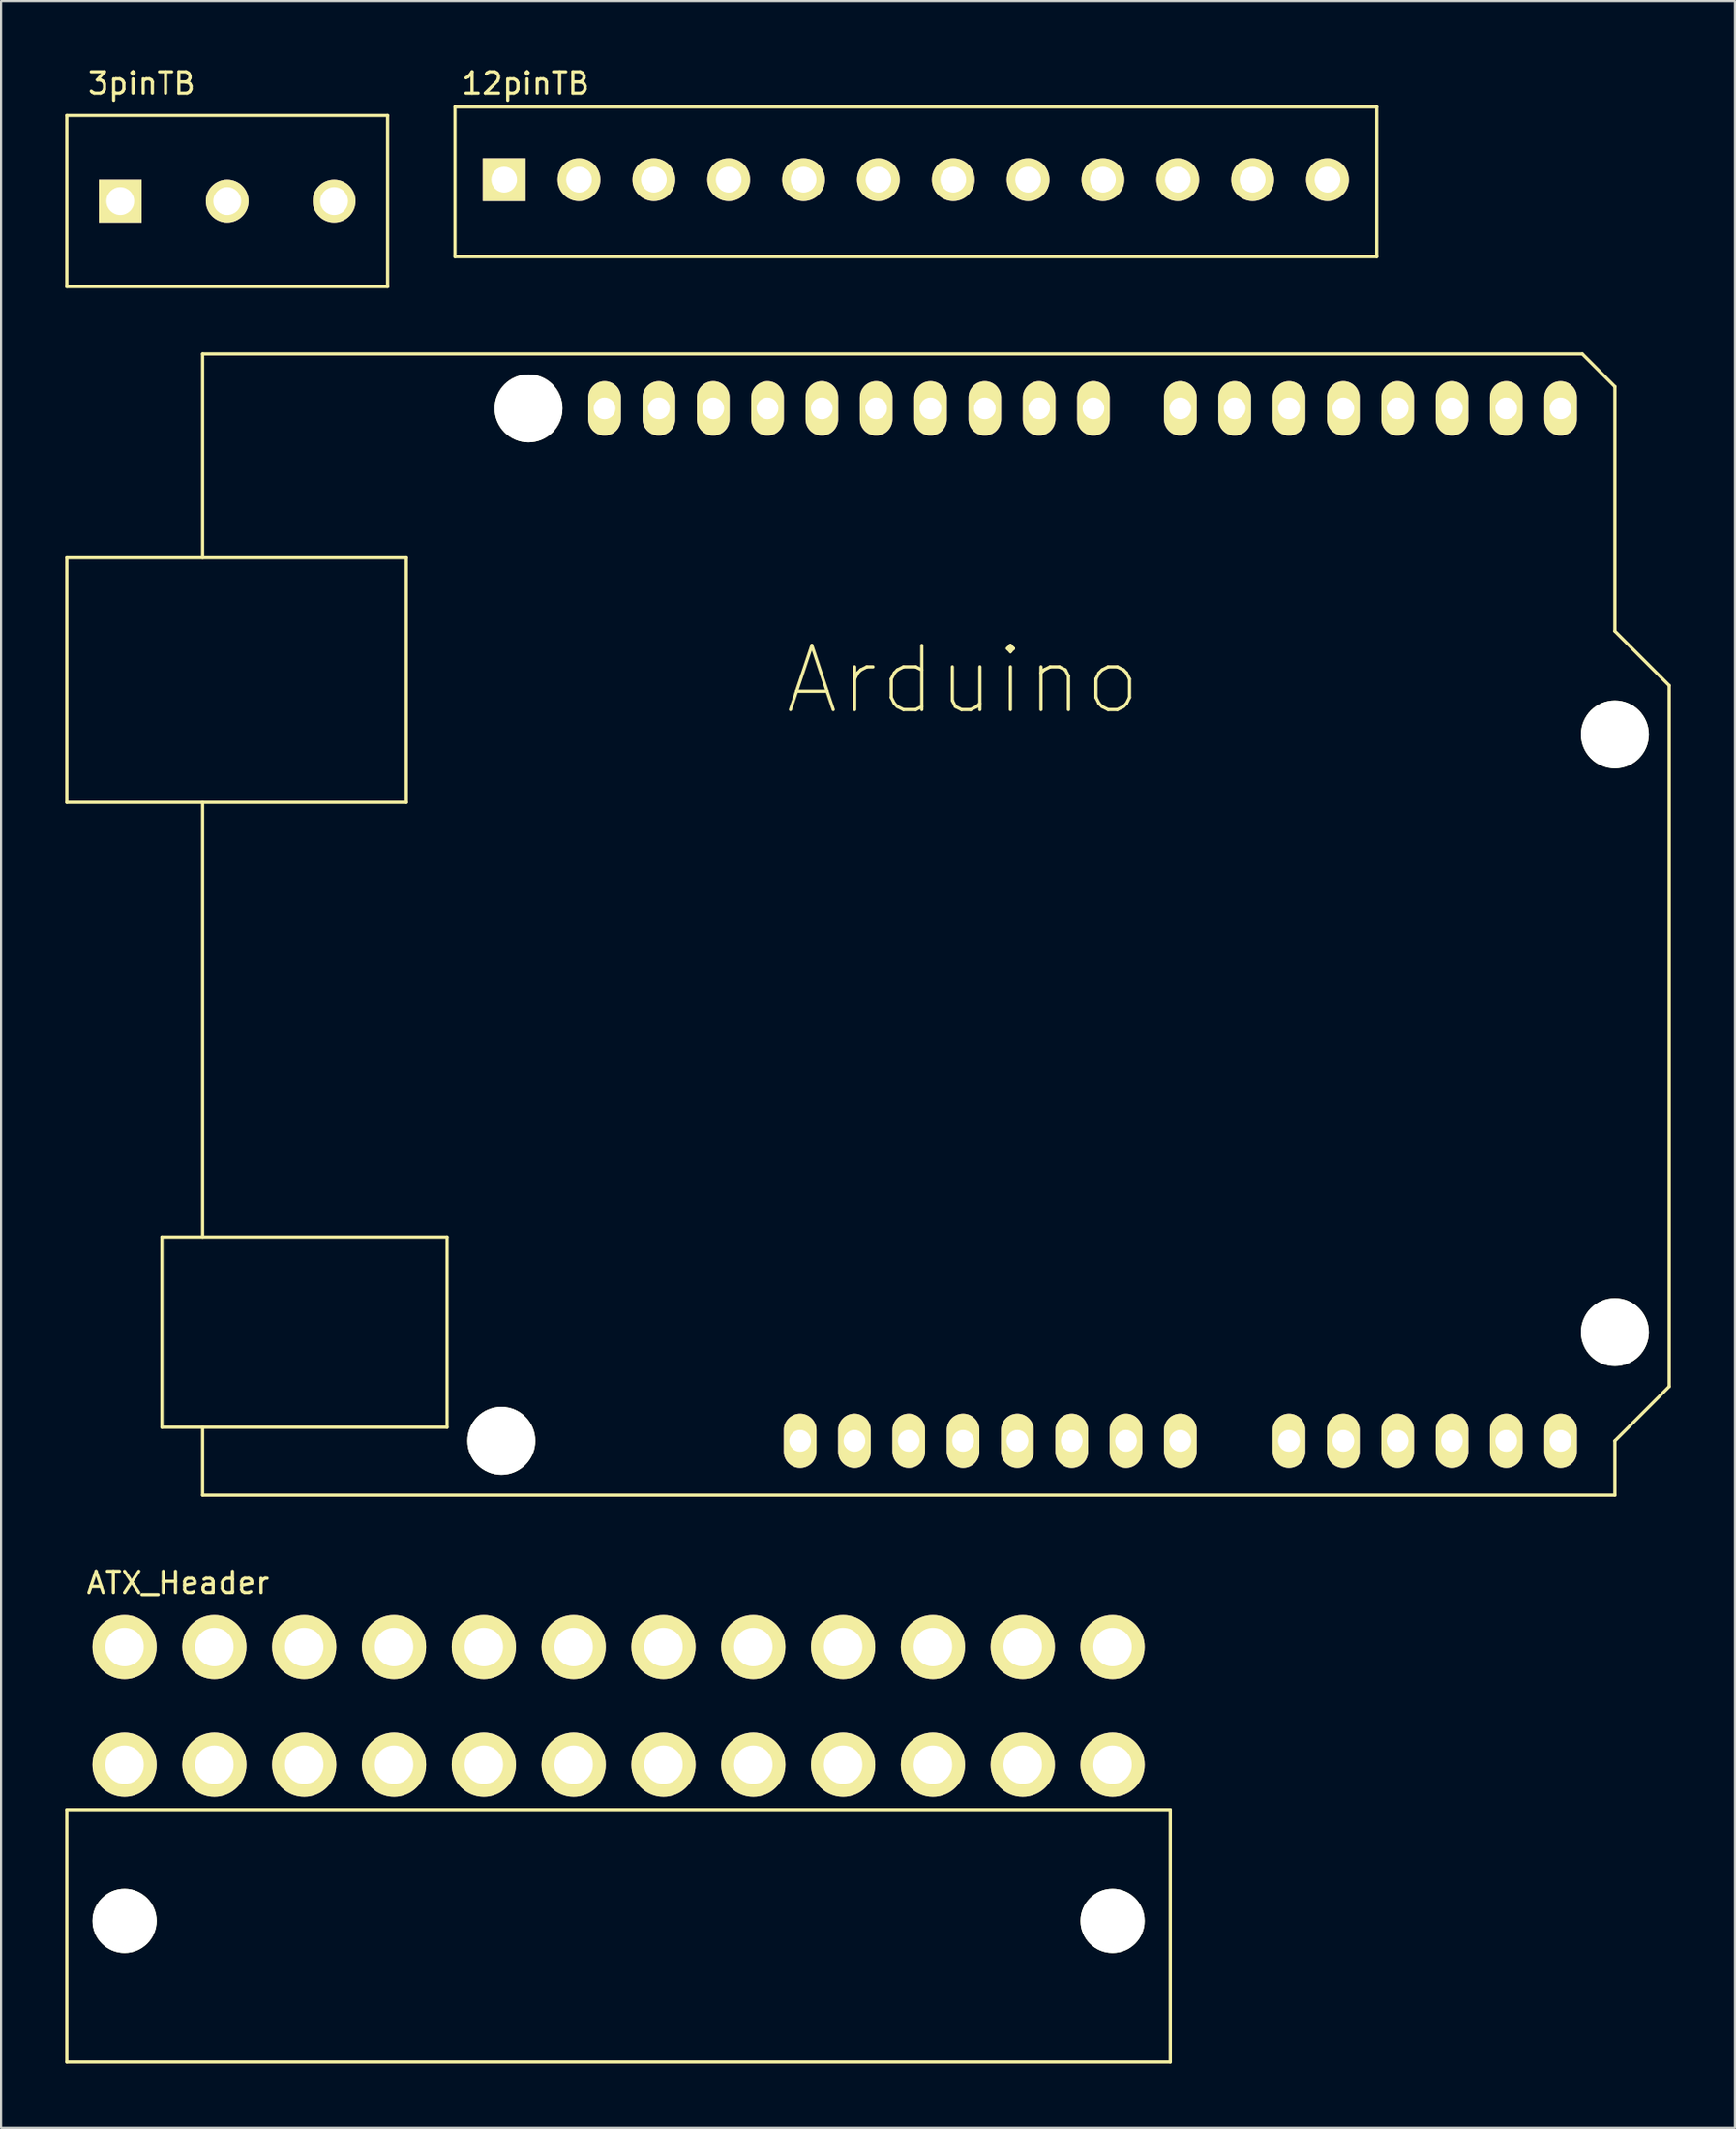
<source format=kicad_pcb>
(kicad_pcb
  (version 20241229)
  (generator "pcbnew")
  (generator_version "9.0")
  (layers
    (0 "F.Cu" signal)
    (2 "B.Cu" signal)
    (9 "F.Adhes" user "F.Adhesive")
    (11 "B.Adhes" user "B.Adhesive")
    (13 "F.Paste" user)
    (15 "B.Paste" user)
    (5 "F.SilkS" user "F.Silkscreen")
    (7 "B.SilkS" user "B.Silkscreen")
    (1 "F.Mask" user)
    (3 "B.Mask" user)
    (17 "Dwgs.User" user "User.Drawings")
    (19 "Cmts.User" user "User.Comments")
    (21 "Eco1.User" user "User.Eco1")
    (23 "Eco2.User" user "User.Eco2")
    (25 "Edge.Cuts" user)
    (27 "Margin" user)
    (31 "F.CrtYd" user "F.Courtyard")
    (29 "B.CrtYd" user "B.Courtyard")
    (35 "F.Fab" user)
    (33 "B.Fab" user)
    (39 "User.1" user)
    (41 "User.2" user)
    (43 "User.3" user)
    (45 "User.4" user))
  (footprint "ATX_Header"
    (layer "F.Cu")
    (at 2.775 86.737)
    (property "Reference" "ATX_Header" (at 2.5 -15.8 0) (layer "F.SilkS") (effects (font (size 1 1) (thickness 0.15))))
    (attr through_hole)
    (fp_line (start -2.7 -5.2) (end -2.7 6.6) (stroke (width 0.15) (type solid)) (layer "F.SilkS"))
    (fp_line (start -2.7 6.6) (end 48.9 6.6) (stroke (width 0.15) (type solid)) (layer "F.SilkS"))
    (fp_line (start 48.9 -5.2) (end -2.7 -5.2) (stroke (width 0.15) (type solid)) (layer "F.SilkS"))
    (fp_line (start 48.9 6.6) (end 48.9 -5.2) (stroke (width 0.15) (type solid)) (layer "F.SilkS"))
    (pad "" np_thru_hole circle (at 0 0) (size 3 3) (drill 3) (layers "*.Cu" "*.Mask" "F.SilkS"))
    (pad "" np_thru_hole circle (at 46.2 0) (size 3 3) (drill 3) (layers "*.Cu" "*.Mask" "F.SilkS"))
    (pad "1" thru_hole circle (at 46.2 -7.3) (size 3 3) (drill 1.8) (layers "*.Cu" "*.Mask" "F.SilkS"))
    (pad "2" thru_hole circle (at 42 -7.3) (size 3 3) (drill 1.8) (layers "*.Cu" "*.Mask" "F.SilkS"))
    (pad "3" thru_hole circle (at 37.8 -7.3) (size 3 3) (drill 1.8) (layers "*.Cu" "*.Mask" "F.SilkS"))
    (pad "4" thru_hole circle (at 33.6 -7.3) (size 3 3) (drill 1.8) (layers "*.Cu" "*.Mask" "F.SilkS"))
    (pad "5" thru_hole circle (at 29.4 -7.3) (size 3 3) (drill 1.8) (layers "*.Cu" "*.Mask" "F.SilkS"))
    (pad "6" thru_hole circle (at 25.2 -7.3) (size 3 3) (drill 1.8) (layers "*.Cu" "*.Mask" "F.SilkS"))
    (pad "7" thru_hole circle (at 21 -7.3) (size 3 3) (drill 1.8) (layers "*.Cu" "*.Mask" "F.SilkS"))
    (pad "8" thru_hole circle (at 16.8 -7.3) (size 3 3) (drill 1.8) (layers "*.Cu" "*.Mask" "F.SilkS"))
    (pad "9" thru_hole circle (at 12.6 -7.3) (size 3 3) (drill 1.8) (layers "*.Cu" "*.Mask" "F.SilkS"))
    (pad "10" thru_hole circle (at 8.4 -7.3) (size 3 3) (drill 1.8) (layers "*.Cu" "*.Mask" "F.SilkS"))
    (pad "11" thru_hole circle (at 4.2 -7.3) (size 3 3) (drill 1.8) (layers "*.Cu" "*.Mask" "F.SilkS"))
    (pad "12" thru_hole circle (at 0 -7.3) (size 3 3) (drill 1.8) (layers "*.Cu" "*.Mask" "F.SilkS"))
    (pad "13" thru_hole circle (at 46.2 -12.8) (size 3 3) (drill 1.8) (layers "*.Cu" "*.Mask" "F.SilkS"))
    (pad "14" thru_hole circle (at 42 -12.8) (size 3 3) (drill 1.8) (layers "*.Cu" "*.Mask" "F.SilkS"))
    (pad "15" thru_hole circle (at 37.8 -12.8) (size 3 3) (drill 1.8) (layers "*.Cu" "*.Mask" "F.SilkS"))
    (pad "16" thru_hole circle (at 33.6 -12.8) (size 3 3) (drill 1.8) (layers "*.Cu" "*.Mask" "F.SilkS"))
    (pad "17" thru_hole circle (at 29.4 -12.8) (size 3 3) (drill 1.8) (layers "*.Cu" "*.Mask" "F.SilkS"))
    (pad "18" thru_hole circle (at 25.2 -12.8) (size 3 3) (drill 1.8) (layers "*.Cu" "*.Mask" "F.SilkS"))
    (pad "19" thru_hole circle (at 21 -12.8) (size 3 3) (drill 1.8) (layers "*.Cu" "*.Mask" "F.SilkS"))
    (pad "20" thru_hole circle (at 16.8 -12.8) (size 3 3) (drill 1.8) (layers "*.Cu" "*.Mask" "F.SilkS"))
    (pad "21" thru_hole circle (at 12.6 -12.8) (size 3 3) (drill 1.8) (layers "*.Cu" "*.Mask" "F.SilkS"))
    (pad "22" thru_hole circle (at 8.4 -12.8) (size 3 3) (drill 1.8) (layers "*.Cu" "*.Mask" "F.SilkS"))
    (pad "23" thru_hole circle (at 4.2 -12.8) (size 3 3) (drill 1.8) (layers "*.Cu" "*.Mask" "F.SilkS"))
    (pad "24" thru_hole circle (at 0 -12.8) (size 3 3) (drill 1.8) (layers "*.Cu" "*.Mask" "F.SilkS")))
  (footprint "3pinTB"
    (layer "F.Cu")
    (at 2.575 6.348)
    (property "Reference" "3pinTB" (at 1 -5.5 0) (layer "F.SilkS") (effects (font (size 1 1) (thickness 0.15))))
    (attr through_hole)
    (fp_line (start -2.5 -4) (end 12.5 -4) (stroke (width 0.15) (type solid)) (layer "F.SilkS"))
    (fp_line (start -2.5 4) (end -2.5 -4) (stroke (width 0.15) (type solid)) (layer "F.SilkS"))
    (fp_line (start 12.5 -4) (end 12.5 4) (stroke (width 0.15) (type solid)) (layer "F.SilkS"))
    (fp_line (start 12.5 4) (end -2.5 4) (stroke (width 0.15) (type solid)) (layer "F.SilkS"))
    (pad "1" thru_hole rect (at 0 0) (size 2 2) (drill 1.3) (layers "*.Cu" "*.Mask" "F.SilkS"))
    (pad "2" thru_hole circle (at 5 0) (size 2 2) (drill 1.3) (layers "*.Cu" "*.Mask" "F.SilkS"))
    (pad "3" thru_hole circle (at 10 0) (size 2 2) (drill 1.3) (layers "*.Cu" "*.Mask" "F.SilkS")))
  (footprint "12pinTB"
    (layer "F.Cu")
    (at 20.525 5.348)
    (property "Reference" "12pinTB" (at 1 -4.5 0) (layer "F.SilkS") (effects (font (size 1 1) (thickness 0.15))))
    (attr through_hole)
    (fp_line (start -2.3 -3.4) (end 40.8 -3.4) (stroke (width 0.15) (type solid)) (layer "F.SilkS"))
    (fp_line (start -2.3 3.6) (end -2.3 -3.4) (stroke (width 0.15) (type solid)) (layer "F.SilkS"))
    (fp_line (start 40.8 -3.4) (end 40.8 3.6) (stroke (width 0.15) (type solid)) (layer "F.SilkS"))
    (fp_line (start 40.8 3.6) (end -2.3 3.6) (stroke (width 0.15) (type solid)) (layer "F.SilkS"))
    (pad "1" thru_hole rect (at 0 0) (size 2 2) (drill 1.2) (layers "*.Cu" "*.Mask" "F.SilkS"))
    (pad "2" thru_hole circle (at 3.5 0) (size 2 2) (drill 1.2) (layers "*.Cu" "*.Mask" "F.SilkS"))
    (pad "3" thru_hole circle (at 7 0) (size 2 2) (drill 1.2) (layers "*.Cu" "*.Mask" "F.SilkS"))
    (pad "4" thru_hole circle (at 10.5 0) (size 2 2) (drill 1.2) (layers "*.Cu" "*.Mask" "F.SilkS"))
    (pad "5" thru_hole circle (at 14 0) (size 2 2) (drill 1.2) (layers "*.Cu" "*.Mask" "F.SilkS"))
    (pad "6" thru_hole circle (at 17.5 0) (size 2 2) (drill 1.2) (layers "*.Cu" "*.Mask" "F.SilkS"))
    (pad "7" thru_hole circle (at 21 0) (size 2 2) (drill 1.2) (layers "*.Cu" "*.Mask" "F.SilkS"))
    (pad "8" thru_hole circle (at 24.5 0) (size 2 2) (drill 1.2) (layers "*.Cu" "*.Mask" "F.SilkS"))
    (pad "9" thru_hole circle (at 28 0) (size 2 2) (drill 1.2) (layers "*.Cu" "*.Mask" "F.SilkS"))
    (pad "10" thru_hole circle (at 31.5 0) (size 2 2) (drill 1.2) (layers "*.Cu" "*.Mask" "F.SilkS"))
    (pad "11" thru_hole circle (at 35 0) (size 2 2) (drill 1.2) (layers "*.Cu" "*.Mask" "F.SilkS"))
    (pad "12" thru_hole circle (at 38.5 0) (size 2 2) (drill 1.2) (layers "*.Cu" "*.Mask" "F.SilkS")))
  (footprint "Arduino"
    (layer "F.Cu")
    (at 6.425 66.838)
    (property "Reference" "Arduino" (at 35.56 -38.1 0) (layer "F.SilkS") (effects (font (size 3 3) (thickness 0.15))))
    (attr through_hole)
    (fp_line (start -6.35 -43.815) (end 9.525 -43.815) (stroke (width 0.15) (type solid)) (layer "F.SilkS"))
    (fp_line (start -6.35 -32.385) (end -6.35 -43.815) (stroke (width 0.15) (type solid)) (layer "F.SilkS"))
    (fp_line (start -1.905 -12.065) (end 11.43 -12.065) (stroke (width 0.15) (type solid)) (layer "F.SilkS"))
    (fp_line (start -1.905 -3.175) (end -1.905 -12.065) (stroke (width 0.15) (type solid)) (layer "F.SilkS"))
    (fp_line (start 0 -53.34) (end 0 -43.815) (stroke (width 0.15) (type solid)) (layer "F.SilkS"))
    (fp_line (start 0 -32.385) (end 0 -12.065) (stroke (width 0.15) (type solid)) (layer "F.SilkS"))
    (fp_line (start 0 -3.175) (end 0 0) (stroke (width 0.15) (type solid)) (layer "F.SilkS"))
    (fp_line (start 0 0) (end 66.04 0) (stroke (width 0.15) (type solid)) (layer "F.SilkS"))
    (fp_line (start 9.525 -43.815) (end 9.525 -32.385) (stroke (width 0.15) (type solid)) (layer "F.SilkS"))
    (fp_line (start 9.525 -32.385) (end -6.35 -32.385) (stroke (width 0.15) (type solid)) (layer "F.SilkS"))
    (fp_line (start 11.43 -12.065) (end 11.43 -3.175) (stroke (width 0.15) (type solid)) (layer "F.SilkS"))
    (fp_line (start 11.43 -3.175) (end -1.905 -3.175) (stroke (width 0.15) (type solid)) (layer "F.SilkS"))
    (fp_line (start 64.516 -53.34) (end 0 -53.34) (stroke (width 0.15) (type solid)) (layer "F.SilkS"))
    (fp_line (start 66.04 -51.816) (end 64.516 -53.34) (stroke (width 0.15) (type solid)) (layer "F.SilkS"))
    (fp_line (start 66.04 -51.816) (end 66.04 -40.386) (stroke (width 0.15) (type solid)) (layer "F.SilkS"))
    (fp_line (start 66.04 -40.386) (end 68.58 -37.846) (stroke (width 0.15) (type solid)) (layer "F.SilkS"))
    (fp_line (start 66.04 -2.54) (end 68.58 -5.08) (stroke (width 0.15) (type solid)) (layer "F.SilkS"))
    (fp_line (start 66.04 0) (end 66.04 -2.54) (stroke (width 0.15) (type solid)) (layer "F.SilkS"))
    (fp_line (start 68.58 -5.08) (end 68.58 -37.846) (stroke (width 0.15) (type solid)) (layer "F.SilkS"))
    (pad "" np_thru_hole circle (at 13.97 -2.54) (size 3.175 3.175) (drill 3.175) (layers "*.Cu" "*.Mask" "F.SilkS"))
    (pad "" np_thru_hole circle (at 15.24 -50.8) (size 3.175 3.175) (drill 3.175) (layers "*.Cu" "*.Mask" "F.SilkS"))
    (pad "" np_thru_hole circle (at 66.04 -35.56) (size 3.175 3.175) (drill 3.175) (layers "*.Cu" "*.Mask" "F.SilkS"))
    (pad "" np_thru_hole circle (at 66.04 -7.62) (size 3.175 3.175) (drill 3.175) (layers "*.Cu" "*.Mask" "F.SilkS"))
    (pad "1" thru_hole oval (at 38.1 -2.54) (size 1.524 2.54) (drill 1.016) (layers "*.Cu" "*.Mask" "F.SilkS"))
    (pad "2" thru_hole oval (at 40.64 -2.54) (size 1.524 2.54) (drill 1.016) (layers "*.Cu" "*.Mask" "F.SilkS"))
    (pad "3" thru_hole oval (at 43.18 -2.54) (size 1.524 2.54) (drill 1.016) (layers "*.Cu" "*.Mask" "F.SilkS"))
    (pad "4" thru_hole oval (at 45.72 -2.54) (size 1.524 2.54) (drill 1.016) (layers "*.Cu" "*.Mask" "F.SilkS"))
    (pad "5" thru_hole oval (at 50.8 -2.54) (size 1.524 2.54) (drill 1.016) (layers "*.Cu" "*.Mask" "F.SilkS"))
    (pad "6" thru_hole oval (at 53.34 -2.54) (size 1.524 2.54) (drill 1.016) (layers "*.Cu" "*.Mask" "F.SilkS"))
    (pad "7" thru_hole oval (at 55.88 -2.54) (size 1.524 2.54) (drill 1.016) (layers "*.Cu" "*.Mask" "F.SilkS"))
    (pad "8" thru_hole oval (at 58.42 -2.54) (size 1.524 2.54) (drill 1.016) (layers "*.Cu" "*.Mask" "F.SilkS"))
    (pad "9" thru_hole oval (at 60.96 -2.54) (size 1.524 2.54) (drill 1.016) (layers "*.Cu" "*.Mask" "F.SilkS"))
    (pad "10" thru_hole oval (at 63.5 -2.54) (size 1.524 2.54) (drill 1.016) (layers "*.Cu" "*.Mask" "F.SilkS"))
    (pad "11" thru_hole oval (at 63.5 -50.8) (size 1.524 2.54) (drill 1.016) (layers "*.Cu" "*.Mask" "F.SilkS"))
    (pad "12" thru_hole oval (at 60.96 -50.8) (size 1.524 2.54) (drill 1.016) (layers "*.Cu" "*.Mask" "F.SilkS"))
    (pad "13" thru_hole oval (at 58.42 -50.8) (size 1.524 2.54) (drill 1.016) (layers "*.Cu" "*.Mask" "F.SilkS"))
    (pad "14" thru_hole oval (at 55.88 -50.8) (size 1.524 2.54) (drill 1.016) (layers "*.Cu" "*.Mask" "F.SilkS"))
    (pad "15" thru_hole oval (at 53.34 -50.8) (size 1.524 2.54) (drill 1.016) (layers "*.Cu" "*.Mask" "F.SilkS"))
    (pad "16" thru_hole oval (at 50.8 -50.8) (size 1.524 2.54) (drill 1.016) (layers "*.Cu" "*.Mask" "F.SilkS"))
    (pad "17" thru_hole oval (at 48.26 -50.8) (size 1.524 2.54) (drill 1.016) (layers "*.Cu" "*.Mask" "F.SilkS"))
    (pad "18" thru_hole oval (at 45.72 -50.8) (size 1.524 2.54) (drill 1.016) (layers "*.Cu" "*.Mask" "F.SilkS"))
    (pad "19" thru_hole oval (at 41.656 -50.8) (size 1.524 2.54) (drill 1.016) (layers "*.Cu" "*.Mask" "F.SilkS"))
    (pad "20" thru_hole oval (at 39.116 -50.8) (size 1.524 2.54) (drill 1.016) (layers "*.Cu" "*.Mask" "F.SilkS"))
    (pad "21" thru_hole oval (at 36.576 -50.8) (size 1.524 2.54) (drill 1.016) (layers "*.Cu" "*.Mask" "F.SilkS"))
    (pad "22" thru_hole oval (at 34.036 -50.8) (size 1.524 2.54) (drill 1.016) (layers "*.Cu" "*.Mask" "F.SilkS"))
    (pad "23" thru_hole oval (at 31.496 -50.8) (size 1.524 2.54) (drill 1.016) (layers "*.Cu" "*.Mask" "F.SilkS"))
    (pad "24" thru_hole oval (at 28.956 -50.8) (size 1.524 2.54) (drill 1.016) (layers "*.Cu" "*.Mask" "F.SilkS"))
    (pad "25" thru_hole oval (at 26.416 -50.8) (size 1.524 2.54) (drill 1.016) (layers "*.Cu" "*.Mask" "F.SilkS"))
    (pad "26" thru_hole oval (at 23.876 -50.8) (size 1.524 2.54) (drill 1.016) (layers "*.Cu" "*.Mask" "F.SilkS"))
    (pad "27" thru_hole oval (at 33.02 -2.54) (size 1.524 2.54) (drill 1.016) (layers "*.Cu" "*.Mask" "F.SilkS"))
    (pad "28" thru_hole oval (at 35.56 -2.54) (size 1.524 2.54) (drill 1.016) (layers "*.Cu" "*.Mask" "F.SilkS"))
    (pad "29" thru_hole oval (at 30.48 -2.54) (size 1.524 2.54) (drill 1.016) (layers "*.Cu" "*.Mask" "F.SilkS"))
    (pad "30" thru_hole oval (at 27.94 -2.54) (size 1.524 2.54) (drill 1.016) (layers "*.Cu" "*.Mask" "F.SilkS"))
    (pad "31" thru_hole oval (at 21.336 -50.8) (size 1.524 2.54) (drill 1.016) (layers "*.Cu" "*.Mask" "F.SilkS"))
    (pad "32" thru_hole oval (at 18.796 -50.8) (size 1.524 2.54) (drill 1.016) (layers "*.Cu" "*.Mask" "F.SilkS")))
  (gr_rect
    (start -3 -3)
    (end 78.08 96.412)
    (stroke (width 0.1) (type default))
    (fill no)
    (layer "Edge.Cuts")))
</source>
